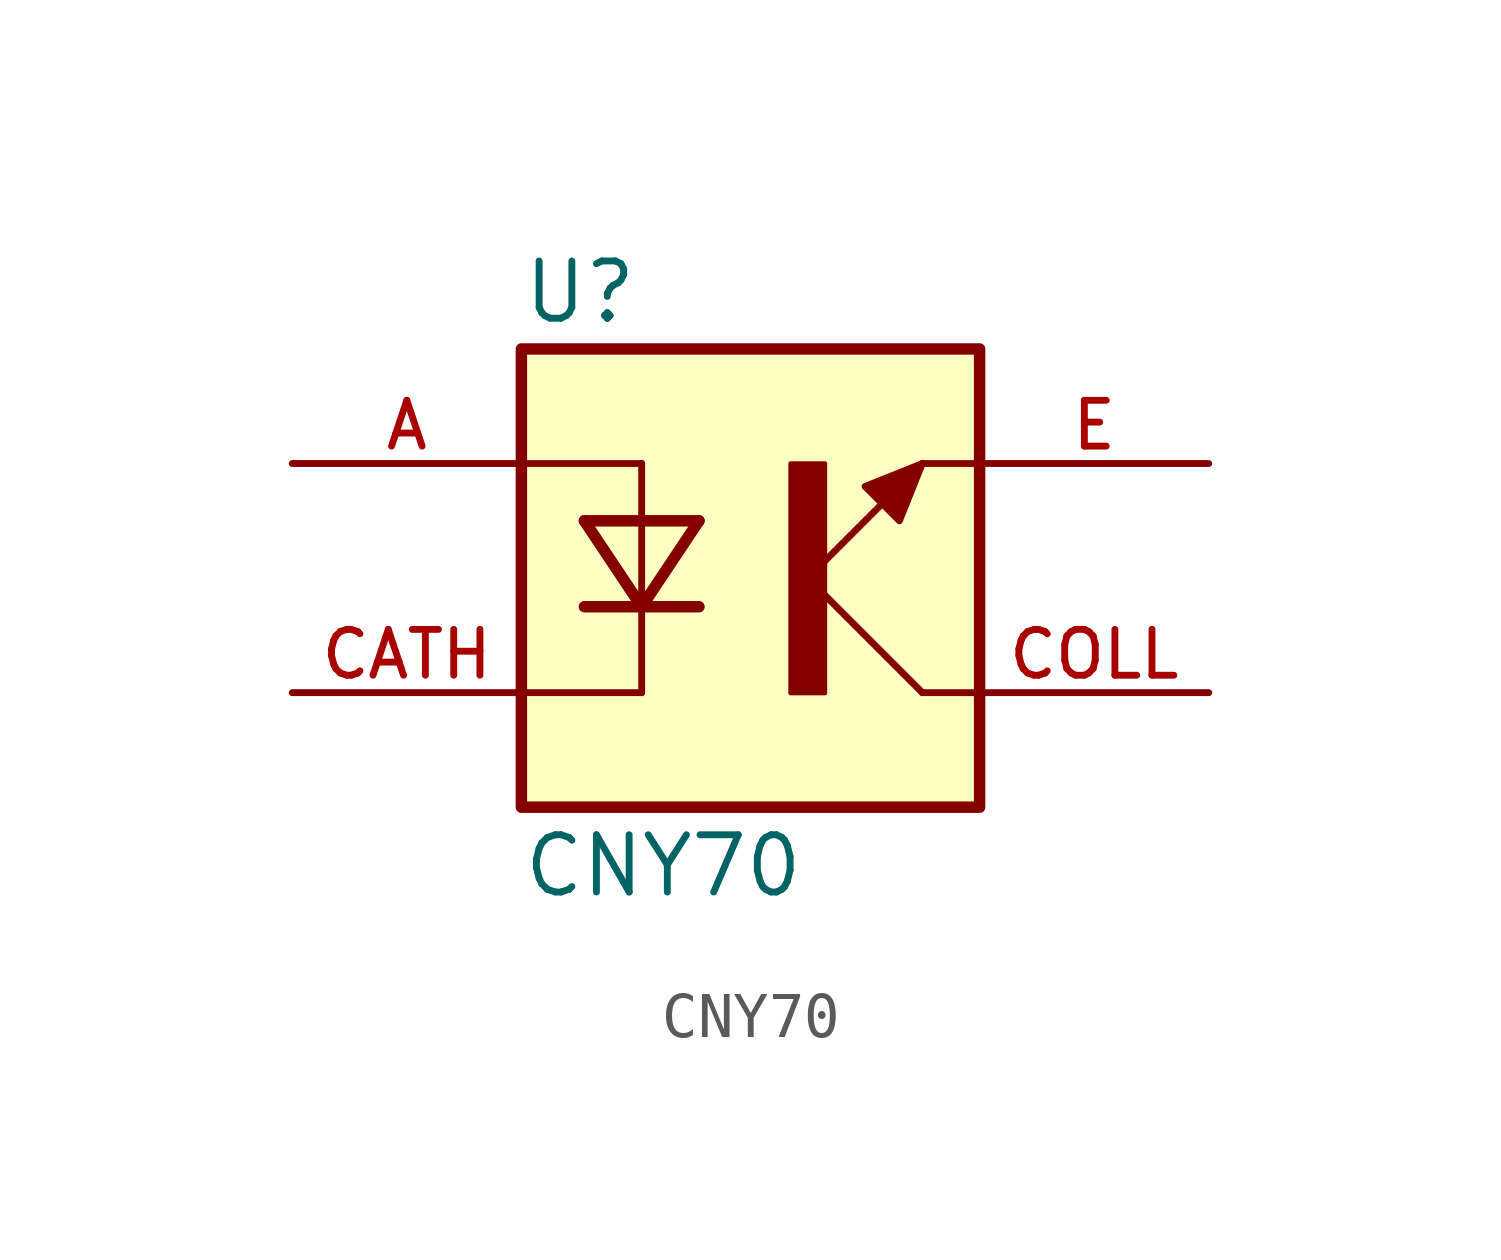
<source format=kicad_sym>
(kicad_symbol_lib
  (version 20211014)
  (generator kicad_symbol_editor)
  (symbol "CNY70"
    (pin_names
      (offset 1.016))
    (property "Reference" "U"
      (at -5.089 5.598 0)
      (effects (font (size 1.27 1.27)) (justify bottom left)))
    (property "Value" "CNY70"
      (at -5.089 -7.124 0)
      (effects (font (size 1.27 1.27)) (justify bottom left)))
    (symbol "CNY70_0_0"
      (polyline (pts (xy -2.413 2.54) (xy -5.08 2.54)) (stroke (width 0.152)))
      (polyline (pts (xy -2.413 -2.54) (xy -5.08 -2.54)) (stroke (width 0.152)))
      (polyline (pts (xy 3.81 2.54) (xy 1.27 0.0)) (stroke (width 0.152)))
      (polyline (pts (xy 1.27 0.0) (xy 3.81 -2.54)) (stroke (width 0.152)))
      (polyline (pts (xy 3.81 2.54) (xy 5.08 2.54)) (stroke (width 0.152)))
      (polyline (pts (xy 3.81 -2.54) (xy 5.08 -2.54)) (stroke (width 0.152)))
      (rectangle (start 0.889 -2.55) (end 1.651 2.54) (stroke (width 0.1)) (fill (type outline)))
      (polyline (pts (xy 3.81 2.54) (xy 2.54 2.032) (xy 3.302 1.27) (xy 3.81 2.54)) (stroke (width 0.152)) (fill (type outline)))
      (polyline (pts (xy -3.683 1.27) (xy -2.413 -0.635)) (stroke (width 0.254)))
      (polyline (pts (xy -2.413 -0.635) (xy -1.143 1.27)) (stroke (width 0.254)))
      (polyline (pts (xy -1.143 -0.635) (xy -2.413 -0.635)) (stroke (width 0.254)))
      (polyline (pts (xy -1.143 1.27) (xy -2.413 1.27)) (stroke (width 0.254)))
      (polyline (pts (xy -2.413 1.27) (xy -3.683 1.27)) (stroke (width 0.254)))
      (polyline (pts (xy -2.413 -0.635) (xy -3.683 -0.635)) (stroke (width 0.254)))
      (polyline (pts (xy -2.413 2.54) (xy -2.413 1.27)) (stroke (width 0.152)))
      (polyline (pts (xy -2.413 -2.54) (xy -2.413 -0.635)) (stroke (width 0.152)))
      (polyline (pts (xy -2.413 -0.635) (xy -2.413 1.27)) (stroke (width 0.152)))
      (rectangle (start -5.08 -5.08) (end 5.08 5.08) (stroke (width 0.254)) (fill (type background)))
      (pin passive line (at -10.16 2.54 0) (length 5.08) (name "~" (effects (font (size 1.016 1.016)))) (number "A" (effects (font (size 1.016 1.016)))))
      (pin passive line (at -10.16 -2.54 0) (length 5.08) (name "~" (effects (font (size 1.016 1.016)))) (number "CATH" (effects (font (size 1.016 1.016)))))
      (pin passive line (at 10.16 -2.54 180.0) (length 5.08) (name "~" (effects (font (size 1.016 1.016)))) (number "COLL" (effects (font (size 1.016 1.016)))))
      (pin passive line (at 10.16 2.54 180.0) (length 5.08) (name "~" (effects (font (size 1.016 1.016)))) (number "E" (effects (font (size 1.016 1.016))))))))
</source>
